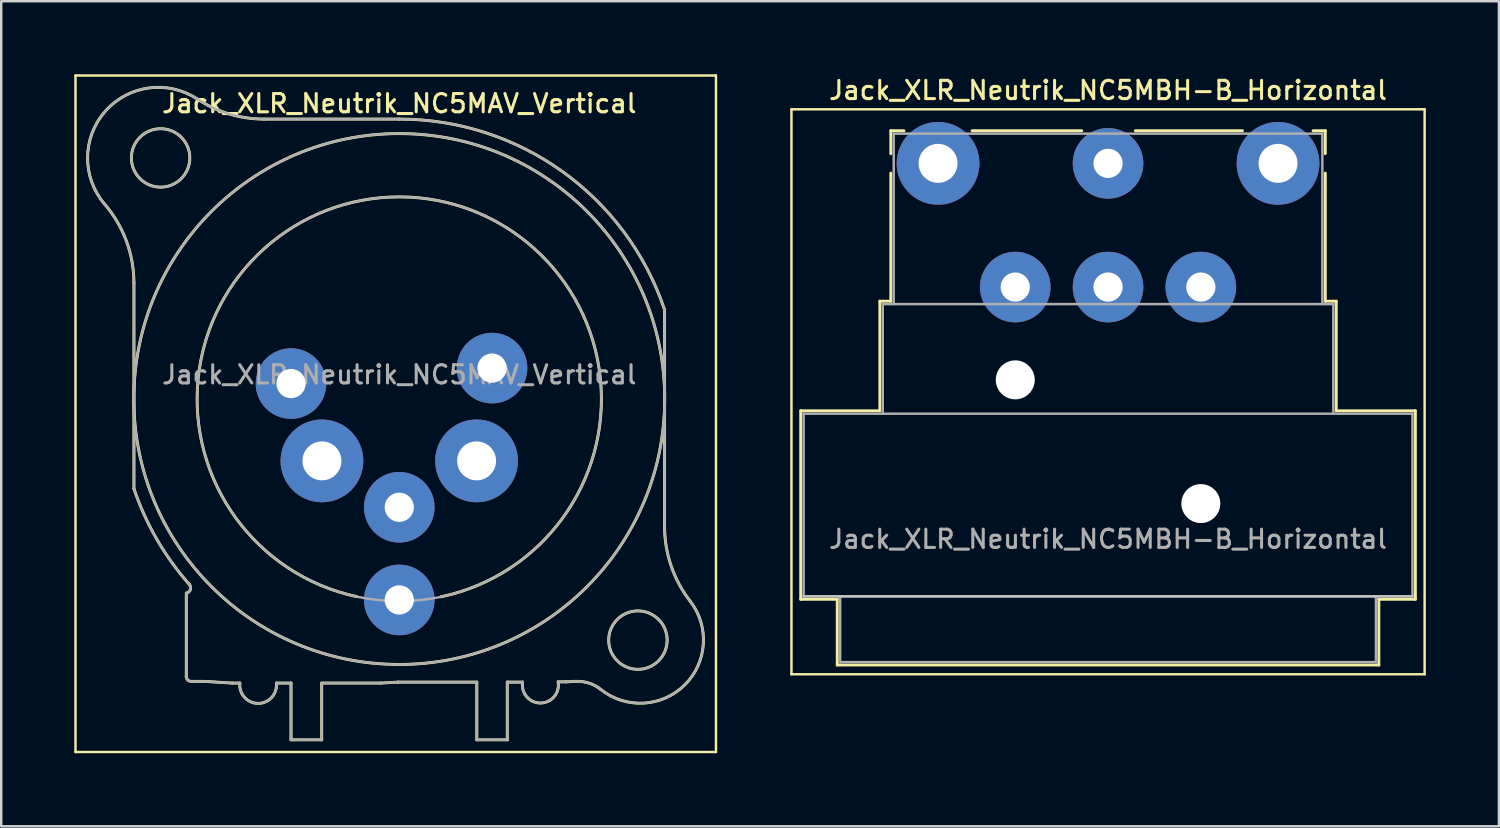
<source format=kicad_pcb>
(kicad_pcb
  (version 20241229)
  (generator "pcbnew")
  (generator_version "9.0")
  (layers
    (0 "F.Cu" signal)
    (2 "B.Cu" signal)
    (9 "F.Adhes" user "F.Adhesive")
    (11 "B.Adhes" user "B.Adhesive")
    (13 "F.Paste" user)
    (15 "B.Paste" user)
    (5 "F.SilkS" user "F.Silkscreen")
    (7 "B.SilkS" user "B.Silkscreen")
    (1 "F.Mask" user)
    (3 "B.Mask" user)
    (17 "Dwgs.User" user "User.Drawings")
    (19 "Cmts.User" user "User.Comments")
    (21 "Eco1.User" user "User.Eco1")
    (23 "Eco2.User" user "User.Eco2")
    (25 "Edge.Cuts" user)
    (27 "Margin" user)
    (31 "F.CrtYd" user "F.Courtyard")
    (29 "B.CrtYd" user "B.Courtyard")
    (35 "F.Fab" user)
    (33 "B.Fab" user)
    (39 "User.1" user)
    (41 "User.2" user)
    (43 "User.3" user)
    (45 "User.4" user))
  (footprint "Jack_XLR_Neutrik_NC5MAV_Vertical"
    (layer "F.Cu")
    (at 8.9 12.7)
    (property "Reference" "Jack_XLR_Neutrik_NC5MAV_Vertical" (at 4.445 -11.5 0) (layer "F.SilkS") (effects (font (size 0.75 0.75) (thickness 0.125))))
    (attr through_hole)
    (fp_line (start -8.85 -12.65) (end 17.45 -12.65) (stroke (width 0.1) (type solid)) (layer "F.SilkS"))
    (fp_line (start -8.85 15.13) (end -8.85 -12.65) (stroke (width 0.1) (type solid)) (layer "F.SilkS"))
    (fp_line (start -6.45 4.32) (end -6.45 -4.13) (stroke (width 0.12) (type solid)) (layer "F.SilkS"))
    (fp_line (start -4.3 8.61) (end -4.3 12.03) (stroke (width 0.12) (type solid)) (layer "F.SilkS"))
    (fp_line (start -4.3 12.04) (end -4.3 12.03) (stroke (width 0.12) (type solid)) (layer "F.SilkS"))
    (fp_line (start -3.54 12.23) (end -4.1 12.23) (stroke (width 0.12) (type solid)) (layer "F.SilkS"))
    (fp_line (start -3.54 12.23) (end -2.41 12.3) (stroke (width 0.12) (type solid)) (layer "F.SilkS"))
    (fp_line (start -2.41 12.3) (end -2.1 12.3) (stroke (width 0.12) (type solid)) (layer "F.SilkS"))
    (fp_line (start -1.11 -10.86) (end 4.445 -10.86) (stroke (width 0.12) (type solid)) (layer "F.SilkS"))
    (fp_line (start -0.6 12.3) (end 0 12.3) (stroke (width 0.12) (type solid)) (layer "F.SilkS"))
    (fp_line (start 0 12.3) (end 0 14.63) (stroke (width 0.12) (type solid)) (layer "F.SilkS"))
    (fp_line (start 1.26 12.3) (end 1.26 14.63) (stroke (width 0.12) (type solid)) (layer "F.SilkS"))
    (fp_line (start 1.26 12.3) (end 3.68 12.3) (stroke (width 0.12) (type solid)) (layer "F.SilkS"))
    (fp_line (start 1.26 14.63) (end 0 14.63) (stroke (width 0.12) (type solid)) (layer "F.SilkS"))
    (fp_line (start 3.68 12.3) (end 4.4 12.26) (stroke (width 0.12) (type solid)) (layer "F.SilkS"))
    (fp_line (start 4.4 12.26) (end 7.63 12.26) (stroke (width 0.12) (type solid)) (layer "F.SilkS"))
    (fp_line (start 7.63 12.26) (end 7.63 14.63) (stroke (width 0.12) (type solid)) (layer "F.SilkS"))
    (fp_line (start 8.88 12.26) (end 8.88 14.63) (stroke (width 0.12) (type solid)) (layer "F.SilkS"))
    (fp_line (start 8.88 12.26) (end 9.51 12.26) (stroke (width 0.12) (type solid)) (layer "F.SilkS"))
    (fp_line (start 8.88 14.63) (end 7.63 14.63) (stroke (width 0.12) (type solid)) (layer "F.SilkS"))
    (fp_line (start 11.3 12.25) (end 10.97 12.25) (stroke (width 0.12) (type solid)) (layer "F.SilkS"))
    (fp_line (start 11.3 12.25) (end 11.62 12.23) (stroke (width 0.12) (type solid)) (layer "F.SilkS"))
    (fp_line (start 11.62 12.23) (end 11.83 12.23) (stroke (width 0.12) (type solid)) (layer "F.SilkS"))
    (fp_line (start 15.34 5.87) (end 15.34 -3.03) (stroke (width 0.12) (type solid)) (layer "F.SilkS"))
    (fp_line (start 17.45 -12.65) (end 17.45 15.13) (stroke (width 0.1) (type solid)) (layer "F.SilkS"))
    (fp_line (start 17.45 15.13) (end -8.85 15.13) (stroke (width 0.1) (type solid)) (layer "F.SilkS"))
    (fp_arc (start -7.657744 -7.374956) (mid -6.763404 -5.860588) (end -6.45 -4.13) (stroke (width 0.12) (type solid)) (layer "F.SilkS"))
    (fp_arc (start -7.651513 -7.366237) (mid -7.633396 -11.174623) (end -3.86 -11.69) (stroke (width 0.12) (type solid)) (layer "F.SilkS"))
    (fp_arc (start -4.183989 8.238999) (mid -5.511715 6.392089) (end -6.45 4.32) (stroke (width 0.12) (type solid)) (layer "F.SilkS"))
    (fp_arc (start -4.18 8.24) (mid -4.131238 8.457218) (end -4.29758 8.605176) (stroke (width 0.12) (type solid)) (layer "F.SilkS"))
    (fp_arc (start -4.1 12.23) (mid -4.241421 12.171421) (end -4.3 12.03) (stroke (width 0.12) (type solid)) (layer "F.SilkS"))
    (fp_arc (start -1.109492 -10.859879) (mid -2.546037 -11.071859) (end -3.86 -11.69) (stroke (width 0.12) (type solid)) (layer "F.SilkS"))
    (fp_arc (start -0.599756 12.302318) (mid -1.351165 13.134254) (end -2.1 12.3) (stroke (width 0.12) (type solid)) (layer "F.SilkS"))
    (fp_arc (start 2.7 8.75) (mid 4.457421 -7.665488) (end 6.165706 8.755186) (stroke (width 0.12) (type solid)) (layer "F.SilkS"))
    (fp_arc (start 4.44649 -10.859923) (mid 11.153971 -8.698968) (end 15.34 -3.03) (stroke (width 0.12) (type solid)) (layer "F.SilkS"))
    (fp_arc (start 10.968412 12.250709) (mid 10.244713 13.119782) (end 9.51 12.26) (stroke (width 0.12) (type solid)) (layer "F.SilkS"))
    (fp_arc (start 11.83183 12.230062) (mid 12.302634 12.323105) (end 12.72 12.56) (stroke (width 0.12) (type solid)) (layer "F.SilkS"))
    (fp_arc (start 16.386345 8.930697) (mid 16.167129 12.375778) (end 12.72 12.56) (stroke (width 0.12) (type solid)) (layer "F.SilkS"))
    (fp_arc (start 16.392436 8.938671) (mid 15.610422 7.492064) (end 15.34 5.87) (stroke (width 0.12) (type solid)) (layer "F.SilkS"))
    (fp_circle (center -5.355 -9.265) (end -4.155 -9.265) (stroke (width 0.12) (type solid)) (fill no) (layer "F.SilkS"))
    (fp_circle (center 4.445 0.635) (end 15.345 0.635) (stroke (width 0.12) (type solid)) (fill no) (layer "F.SilkS"))
    (fp_circle (center 14.245 10.535) (end 15.445 10.535) (stroke (width 0.12) (type solid)) (fill no) (layer "F.SilkS"))
    (fp_line (start -6.45 4.32) (end -6.45 -4.13) (stroke (width 0.1) (type solid)) (layer "F.Fab"))
    (fp_line (start -4.3 8.61) (end -4.3 12.03) (stroke (width 0.1) (type solid)) (layer "F.Fab"))
    (fp_line (start -4.3 12.04) (end -4.3 12.03) (stroke (width 0.1) (type solid)) (layer "F.Fab"))
    (fp_line (start -3.54 12.23) (end -4.1 12.23) (stroke (width 0.1) (type solid)) (layer "F.Fab"))
    (fp_line (start -3.54 12.23) (end -2.41 12.3) (stroke (width 0.1) (type solid)) (layer "F.Fab"))
    (fp_line (start -2.41 12.3) (end -2.1 12.3) (stroke (width 0.1) (type solid)) (layer "F.Fab"))
    (fp_line (start -1.11 -10.86) (end 4.445 -10.86) (stroke (width 0.1) (type solid)) (layer "F.Fab"))
    (fp_line (start -0.6 12.3) (end 0 12.3) (stroke (width 0.1) (type solid)) (layer "F.Fab"))
    (fp_line (start 0 12.3) (end 0 14.63) (stroke (width 0.1) (type solid)) (layer "F.Fab"))
    (fp_line (start 1.26 12.3) (end 1.26 14.63) (stroke (width 0.1) (type solid)) (layer "F.Fab"))
    (fp_line (start 1.26 12.3) (end 3.68 12.3) (stroke (width 0.1) (type solid)) (layer "F.Fab"))
    (fp_line (start 1.26 14.63) (end 0 14.63) (stroke (width 0.1) (type solid)) (layer "F.Fab"))
    (fp_line (start 3.68 12.3) (end 4.4 12.26) (stroke (width 0.1) (type solid)) (layer "F.Fab"))
    (fp_line (start 4.4 12.26) (end 7.63 12.26) (stroke (width 0.1) (type solid)) (layer "F.Fab"))
    (fp_line (start 7.63 12.26) (end 7.63 14.63) (stroke (width 0.1) (type solid)) (layer "F.Fab"))
    (fp_line (start 8.88 12.26) (end 8.88 14.63) (stroke (width 0.1) (type solid)) (layer "F.Fab"))
    (fp_line (start 8.88 12.26) (end 9.51 12.26) (stroke (width 0.1) (type solid)) (layer "F.Fab"))
    (fp_line (start 8.88 14.63) (end 7.63 14.63) (stroke (width 0.1) (type solid)) (layer "F.Fab"))
    (fp_line (start 11.3 12.25) (end 10.97 12.25) (stroke (width 0.1) (type solid)) (layer "F.Fab"))
    (fp_line (start 11.3 12.25) (end 11.62 12.23) (stroke (width 0.1) (type solid)) (layer "F.Fab"))
    (fp_line (start 11.62 12.23) (end 11.83 12.23) (stroke (width 0.1) (type solid)) (layer "F.Fab"))
    (fp_line (start 15.34 5.87) (end 15.34 -3.03) (stroke (width 0.1) (type solid)) (layer "F.Fab"))
    (fp_arc (start -7.657744 -7.374956) (mid -6.763404 -5.860588) (end -6.45 -4.13) (stroke (width 0.1) (type solid)) (layer "F.Fab"))
    (fp_arc (start -7.651513 -7.366237) (mid -7.633396 -11.174623) (end -3.86 -11.69) (stroke (width 0.1) (type solid)) (layer "F.Fab"))
    (fp_arc (start -4.183989 8.238999) (mid -5.511715 6.392089) (end -6.45 4.32) (stroke (width 0.1) (type solid)) (layer "F.Fab"))
    (fp_arc (start -4.18 8.24) (mid -4.131238 8.457218) (end -4.29758 8.605176) (stroke (width 0.1) (type solid)) (layer "F.Fab"))
    (fp_arc (start -4.1 12.23) (mid -4.241421 12.171421) (end -4.3 12.03) (stroke (width 0.1) (type solid)) (layer "F.Fab"))
    (fp_arc (start -1.109492 -10.859879) (mid -2.546037 -11.071859) (end -3.86 -11.69) (stroke (width 0.1) (type solid)) (layer "F.Fab"))
    (fp_arc (start -0.599756 12.302318) (mid -1.351165 13.134254) (end -2.1 12.3) (stroke (width 0.1) (type solid)) (layer "F.Fab"))
    (fp_arc (start 4.44649 -10.859923) (mid 11.153971 -8.698968) (end 15.34 -3.03) (stroke (width 0.1) (type solid)) (layer "F.Fab"))
    (fp_arc (start 10.968412 12.250709) (mid 10.244713 13.119782) (end 9.51 12.26) (stroke (width 0.1) (type solid)) (layer "F.Fab"))
    (fp_arc (start 11.83183 12.230062) (mid 12.302634 12.323105) (end 12.72 12.56) (stroke (width 0.1) (type solid)) (layer "F.Fab"))
    (fp_arc (start 16.386345 8.930697) (mid 16.167129 12.375778) (end 12.72 12.56) (stroke (width 0.1) (type solid)) (layer "F.Fab"))
    (fp_arc (start 16.392436 8.938671) (mid 15.610422 7.492064) (end 15.34 5.87) (stroke (width 0.1) (type solid)) (layer "F.Fab"))
    (fp_circle (center -5.355 -9.265) (end -4.155 -9.265) (stroke (width 0.1) (type solid)) (fill no) (layer "F.Fab"))
    (fp_circle (center 4.445 0.635) (end 12.745 0.635) (stroke (width 0.1) (type solid)) (fill no) (layer "F.Fab"))
    (fp_circle (center 4.445 0.635) (end 15.345 0.635) (stroke (width 0.1) (type solid)) (fill no) (layer "F.Fab"))
    (fp_circle (center 14.245 10.535) (end 15.445 10.535) (stroke (width 0.1) (type solid)) (fill no) (layer "F.Fab"))
    (fp_text user "${REFERENCE}" (at 4.445 -0.365 0) (layer "F.Fab") (effects (font (size 0.75 0.75) (thickness 0.125))))
    (pad "1" thru_hole circle (at 0 0) (size 2.9 2.9) (drill 1.2) (layers "*.Cu" "*.Mask"))
    (pad "2" thru_hole circle (at 1.27 3.175) (size 3.4 3.4) (drill 1.6) (layers "*.Cu" "*.Mask"))
    (pad "3" thru_hole circle (at 4.445 5.08) (size 2.9 2.9) (drill 1.2) (layers "*.Cu" "*.Mask"))
    (pad "4" thru_hole circle (at 7.62 3.175) (size 3.4 3.4) (drill 1.6) (layers "*.Cu" "*.Mask"))
    (pad "5" thru_hole circle (at 8.255 -0.635) (size 2.9 2.9) (drill 1.2) (layers "*.Cu" "*.Mask"))
    (pad "G" thru_hole circle (at 4.445 8.885) (size 2.9 2.9) (drill 1.2) (layers "*.Cu" "*.Mask")))
  (footprint "Jack_XLR_Neutrik_NC5MBH-B_Horizontal"
    (layer "F.Cu")
    (at 35.47 3.658)
    (property "Reference" "Jack_XLR_Neutrik_NC5MBH-B_Horizontal" (at 6.98 -3 0) (layer "F.SilkS") (effects (font (size 0.75 0.75) (thickness 0.125))))
    (attr through_hole)
    (fp_line (start -6.02 20.98) (end -6.02 -2.22) (stroke (width 0.1) (type solid)) (layer "F.SilkS"))
    (fp_line (start -5.64 10.16) (end -2.39 10.16) (stroke (width 0.12) (type solid)) (layer "F.SilkS"))
    (fp_line (start -5.64 17.9) (end -5.64 10.16) (stroke (width 0.12) (type solid)) (layer "F.SilkS"))
    (fp_line (start -4.14 17.9) (end -5.64 17.9) (stroke (width 0.12) (type solid)) (layer "F.SilkS"))
    (fp_line (start -4.14 17.9) (end -4.14 20.6) (stroke (width 0.12) (type solid)) (layer "F.SilkS"))
    (fp_line (start -2.39 10.16) (end -2.39 5.66) (stroke (width 0.12) (type solid)) (layer "F.SilkS"))
    (fp_line (start -1.94 -1.34) (end -1.94 -0.4) (stroke (width 0.12) (type solid)) (layer "F.SilkS"))
    (fp_line (start -1.94 -1.34) (end -1.4 -1.34) (stroke (width 0.12) (type solid)) (layer "F.SilkS"))
    (fp_line (start -1.94 5.66) (end -2.39 5.66) (stroke (width 0.12) (type solid)) (layer "F.SilkS"))
    (fp_line (start -1.94 5.66) (end -1.94 0.4) (stroke (width 0.12) (type solid)) (layer "F.SilkS"))
    (fp_line (start 5.9 -1.34) (end 1.4 -1.34) (stroke (width 0.12) (type solid)) (layer "F.SilkS"))
    (fp_line (start 12.5 -1.34) (end 8.1 -1.34) (stroke (width 0.12) (type solid)) (layer "F.SilkS"))
    (fp_line (start 15.9 -1.34) (end 15.4 -1.34) (stroke (width 0.12) (type solid)) (layer "F.SilkS"))
    (fp_line (start 15.9 -1.34) (end 15.9 -0.4) (stroke (width 0.12) (type solid)) (layer "F.SilkS"))
    (fp_line (start 15.9 5.66) (end 15.9 0.4) (stroke (width 0.12) (type solid)) (layer "F.SilkS"))
    (fp_line (start 15.9 5.66) (end 16.35 5.66) (stroke (width 0.12) (type solid)) (layer "F.SilkS"))
    (fp_line (start 16.35 10.16) (end 16.35 5.66) (stroke (width 0.12) (type solid)) (layer "F.SilkS"))
    (fp_line (start 16.35 10.16) (end 19.6 10.16) (stroke (width 0.12) (type solid)) (layer "F.SilkS"))
    (fp_line (start 18.1 17.9) (end 18.1 20.6) (stroke (width 0.12) (type solid)) (layer "F.SilkS"))
    (fp_line (start 18.1 20.6) (end -4.14 20.6) (stroke (width 0.12) (type solid)) (layer "F.SilkS"))
    (fp_line (start 19.6 17.9) (end 18.1 17.9) (stroke (width 0.12) (type solid)) (layer "F.SilkS"))
    (fp_line (start 19.6 17.9) (end 19.6 10.16) (stroke (width 0.12) (type solid)) (layer "F.SilkS"))
    (fp_line (start 19.98 -2.22) (end -6.02 -2.22) (stroke (width 0.1) (type solid)) (layer "F.SilkS"))
    (fp_line (start 19.98 20.98) (end -6.02 20.98) (stroke (width 0.1) (type solid)) (layer "F.SilkS"))
    (fp_line (start 19.98 20.98) (end 19.98 -2.22) (stroke (width 0.1) (type solid)) (layer "F.SilkS"))
    (fp_line (start 19.48 17.78) (end -5.52 17.78) (stroke (width 0.1) (type solid)) (layer "Dwgs.User"))
    (fp_line (start -5.52 10.28) (end 19.48 10.28) (stroke (width 0.1) (type solid)) (layer "F.Fab"))
    (fp_line (start -5.52 17.78) (end -5.52 10.28) (stroke (width 0.1) (type solid)) (layer "F.Fab"))
    (fp_line (start -4.02 20.48) (end -4.02 17.78) (stroke (width 0.1) (type solid)) (layer "F.Fab"))
    (fp_line (start -2.27 5.78) (end -2.27 10.28) (stroke (width 0.1) (type solid)) (layer "F.Fab"))
    (fp_line (start -2.27 5.78) (end 16.23 5.78) (stroke (width 0.1) (type solid)) (layer "F.Fab"))
    (fp_line (start -1.82 5.78) (end -1.82 -1.22) (stroke (width 0.1) (type solid)) (layer "F.Fab"))
    (fp_line (start 15.78 -1.22) (end -1.82 -1.22) (stroke (width 0.1) (type solid)) (layer "F.Fab"))
    (fp_line (start 15.78 5.78) (end 15.78 -1.22) (stroke (width 0.1) (type solid)) (layer "F.Fab"))
    (fp_line (start 16.23 10.28) (end 16.23 5.78) (stroke (width 0.1) (type solid)) (layer "F.Fab"))
    (fp_line (start 17.98 17.78) (end 17.98 20.48) (stroke (width 0.1) (type solid)) (layer "F.Fab"))
    (fp_line (start 17.98 20.48) (end -4.02 20.48) (stroke (width 0.1) (type solid)) (layer "F.Fab"))
    (fp_line (start 19.48 10.28) (end 19.48 17.78) (stroke (width 0.1) (type solid)) (layer "F.Fab"))
    (fp_line (start 19.48 17.78) (end -5.52 17.78) (stroke (width 0.1) (type solid)) (layer "F.Fab"))
    (fp_text user "${REFERENCE}" (at 6.98 15.43 0) (layer "F.Fab") (effects (font (size 0.75 0.75) (thickness 0.125))))
    (pad "" np_thru_hole circle (at 3.17 8.89) (size 1.6 1.6) (drill 1.6) (layers "*.Cu" "*.Mask"))
    (pad "" np_thru_hole circle (at 10.79 13.97) (size 1.6 1.6) (drill 1.6) (layers "*.Cu" "*.Mask"))
    (pad "1" thru_hole circle (at 0 0) (size 3.4 3.4) (drill 1.6) (layers "*.Cu" "*.Mask"))
    (pad "2" thru_hole circle (at 3.17 5.08) (size 2.9 2.9) (drill 1.2) (layers "*.Cu" "*.Mask"))
    (pad "3" thru_hole circle (at 6.98 0) (size 2.9 2.9) (drill 1.2) (layers "*.Cu" "*.Mask"))
    (pad "4" thru_hole circle (at 10.79 5.08) (size 2.9 2.9) (drill 1.2) (layers "*.Cu" "*.Mask"))
    (pad "5" thru_hole circle (at 13.96 0) (size 3.4 3.4) (drill 1.6) (layers "*.Cu" "*.Mask"))
    (pad "G" thru_hole circle (at 6.98 5.08) (size 2.9 2.9) (drill 1.2) (layers "*.Cu" "*.Mask")))
  (gr_rect
    (start -3 -3)
    (end 58.5 30.88)
    (stroke (width 0.1) (type default))
    (fill no)
    (layer "Edge.Cuts")))
</source>
